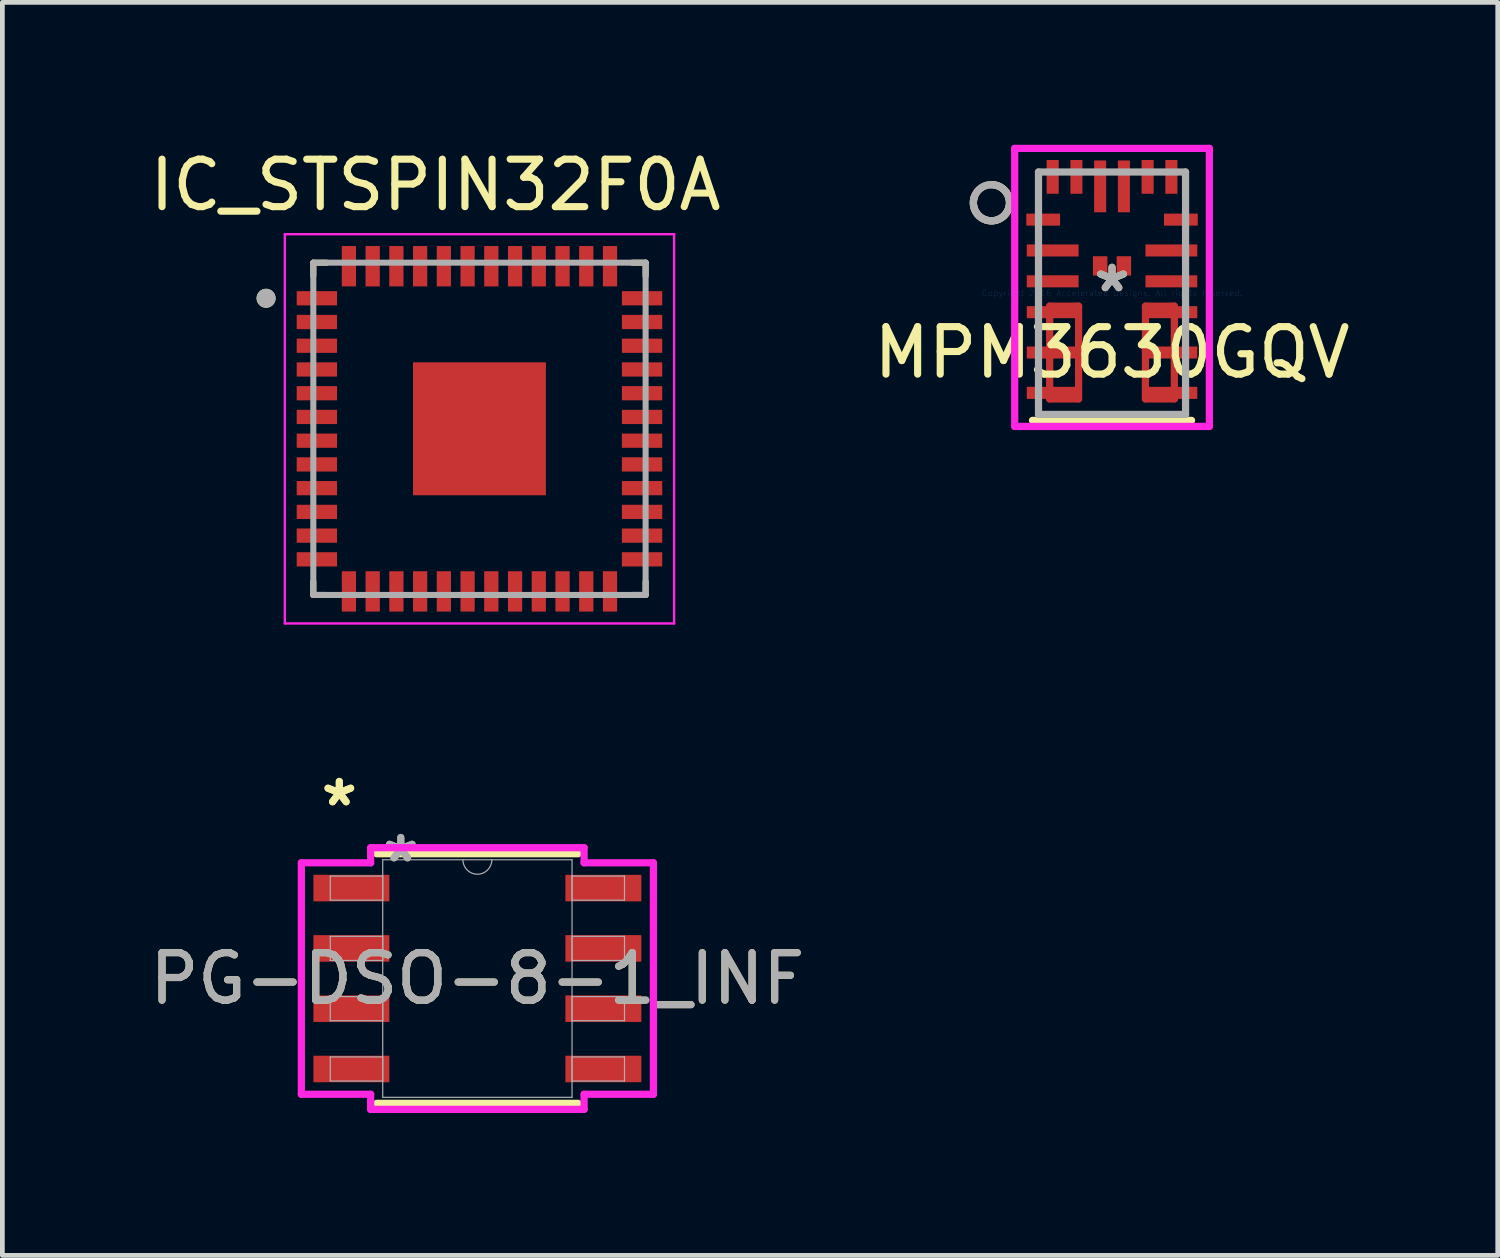
<source format=kicad_pcb>
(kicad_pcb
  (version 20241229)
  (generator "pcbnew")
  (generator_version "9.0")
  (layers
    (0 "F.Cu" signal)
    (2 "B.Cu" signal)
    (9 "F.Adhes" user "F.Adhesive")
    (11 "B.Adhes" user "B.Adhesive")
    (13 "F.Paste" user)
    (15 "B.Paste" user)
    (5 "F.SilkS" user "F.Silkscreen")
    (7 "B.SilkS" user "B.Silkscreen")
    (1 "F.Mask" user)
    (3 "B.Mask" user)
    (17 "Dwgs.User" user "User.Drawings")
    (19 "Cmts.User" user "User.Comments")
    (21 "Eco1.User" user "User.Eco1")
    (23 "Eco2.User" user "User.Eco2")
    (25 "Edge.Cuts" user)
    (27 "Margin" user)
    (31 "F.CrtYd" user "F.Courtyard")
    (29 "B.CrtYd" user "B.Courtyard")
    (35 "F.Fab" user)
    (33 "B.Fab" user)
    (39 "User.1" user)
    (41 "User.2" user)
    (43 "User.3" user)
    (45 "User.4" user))
  (footprint "MPM3630GQV"
    (layer "F.Cu")
    (at 20.375 3.126)
    (property "Reference" "MPM3630GQV" (at 0 1.25 0) (layer "F.SilkS") (effects (font (size 1 1) (thickness 0.15))))
    (attr through_hole)
    (fp_line (start -1.314 0.273) (end -0.704 0.273) (stroke (width 0.152) (type solid)) (layer "F.Cu"))
    (fp_line (start -1.314 2.227) (end -1.314 0.273) (stroke (width 0.152) (type solid)) (layer "F.Cu"))
    (fp_line (start -0.704 0.273) (end -0.704 2.227) (stroke (width 0.152) (type solid)) (layer "F.Cu"))
    (fp_line (start -0.704 2.227) (end -1.314 2.227) (stroke (width 0.152) (type solid)) (layer "F.Cu"))
    (fp_line (start 0.703 2.227) (end 1.313 2.227) (stroke (width 0.152) (type solid)) (layer "F.Cu"))
    (fp_line (start 0.704 0.273) (end 0.703 2.227) (stroke (width 0.152) (type solid)) (layer "F.Cu"))
    (fp_line (start 1.313 0.273) (end 0.704 0.273) (stroke (width 0.152) (type solid)) (layer "F.Cu"))
    (fp_line (start 1.313 2.227) (end 1.313 0.273) (stroke (width 0.152) (type solid)) (layer "F.Cu"))
    (fp_line (start -1.314 0.273) (end -0.704 0.273) (stroke (width 0.152) (type solid)) (layer "F.Mask"))
    (fp_line (start -1.314 2.227) (end -1.314 0.273) (stroke (width 0.152) (type solid)) (layer "F.Mask"))
    (fp_line (start -0.704 0.273) (end -0.704 2.227) (stroke (width 0.152) (type solid)) (layer "F.Mask"))
    (fp_line (start -0.704 2.227) (end -1.314 2.227) (stroke (width 0.152) (type solid)) (layer "F.Mask"))
    (fp_line (start 0.703 2.227) (end 1.313 2.227) (stroke (width 0.152) (type solid)) (layer "F.Mask"))
    (fp_line (start 0.704 0.273) (end 0.703 2.227) (stroke (width 0.152) (type solid)) (layer "F.Mask"))
    (fp_line (start 1.313 0.273) (end 0.704 0.273) (stroke (width 0.152) (type solid)) (layer "F.Mask"))
    (fp_line (start 1.313 2.227) (end 1.313 0.273) (stroke (width 0.152) (type solid)) (layer "F.Mask"))
    (fp_line (start -1.676 2.68) (end 1.676 2.68) (stroke (width 0.152) (type solid)) (layer "F.SilkS"))
    (fp_arc (start -2.54 -2.286) (mid -2.314793 -1.597684) (end -2.903305 -2.019763) (stroke (width 0.1524) (type solid)) (layer "F.SilkS"))
    (fp_circle (center -2.54 -1.905) (end -2.159 -1.905) (stroke (width 0.152) (type solid)) (fill no) (layer "B.SilkS"))
    (fp_line (start -1.314 0.273) (end -0.704 0.273) (stroke (width 0.152) (type solid)) (layer "F.Paste"))
    (fp_line (start -1.314 2.227) (end -1.314 0.273) (stroke (width 0.152) (type solid)) (layer "F.Paste"))
    (fp_line (start -0.704 0.273) (end -0.704 2.227) (stroke (width 0.152) (type solid)) (layer "F.Paste"))
    (fp_line (start -0.704 2.227) (end -1.314 2.227) (stroke (width 0.152) (type solid)) (layer "F.Paste"))
    (fp_line (start 0.703 2.227) (end 1.313 2.227) (stroke (width 0.152) (type solid)) (layer "F.Paste"))
    (fp_line (start 0.704 0.273) (end 0.703 2.227) (stroke (width 0.152) (type solid)) (layer "F.Paste"))
    (fp_line (start 1.313 0.273) (end 0.704 0.273) (stroke (width 0.152) (type solid)) (layer "F.Paste"))
    (fp_line (start 1.313 2.227) (end 1.313 0.273) (stroke (width 0.152) (type solid)) (layer "F.Paste"))
    (fp_line (start -2.05 -3.05) (end -2.05 2.807) (stroke (width 0.152) (type solid)) (layer "F.CrtYd"))
    (fp_line (start -2.05 2.807) (end 2.05 2.807) (stroke (width 0.152) (type solid)) (layer "F.CrtYd"))
    (fp_line (start 2.05 -3.05) (end -2.05 -3.05) (stroke (width 0.152) (type solid)) (layer "F.CrtYd"))
    (fp_line (start 2.05 2.807) (end 2.05 -3.05) (stroke (width 0.152) (type solid)) (layer "F.CrtYd"))
    (fp_line (start -1.549 -2.553) (end -1.549 2.553) (stroke (width 0.152) (type solid)) (layer "F.Fab"))
    (fp_line (start -1.549 2.553) (end 1.549 2.553) (stroke (width 0.152) (type solid)) (layer "F.Fab"))
    (fp_line (start 1.549 -2.553) (end -1.549 -2.553) (stroke (width 0.152) (type solid)) (layer "F.Fab"))
    (fp_line (start 1.549 2.553) (end 1.549 -2.553) (stroke (width 0.152) (type solid)) (layer "F.Fab"))
    (fp_circle (center -2.54 -1.905) (end -2.159 -1.905) (stroke (width 0.152) (type solid)) (fill no) (layer "F.Fab"))
    (fp_text user "*" (at 0 0 0) (layer "F.SilkS") (effects (font (size 1 1) (thickness 0.15))))
    (fp_text user "Copyright 2016 Accelerated Designs. All rights reserved." (at 0 0 0) (layer "Cmts.User") (effects (font (size 0.127 0.127) (thickness 0.002))))
    (fp_text user "*" (at 0 0 0) (layer "F.Fab") (effects (font (size 1 1) (thickness 0.15))))
    (pad "1" smd rect (at -1.45 -1.55 90) (size 0.254 0.711) (layers "F.Cu" "F.Mask" "F.Paste"))
    (pad "2" smd rect (at -1.25 -0.9) (size 1.092 0.254) (layers "F.Cu" "F.Mask" "F.Paste"))
    (pad "3" smd rect (at -1.25 -0.25) (size 1.092 0.254) (layers "F.Cu" "F.Mask" "F.Paste"))
    (pad "4" smd rect (at -1.25 0.4) (size 1.092 0.254) (layers "F.Cu" "F.Mask" "F.Paste"))
    (pad "5" smd rect (at -1.25 1.25) (size 1.092 0.254) (layers "F.Cu" "F.Mask" "F.Paste"))
    (pad "6" smd rect (at -1.25 2.1) (size 1.092 0.254) (layers "F.Cu" "F.Mask" "F.Paste"))
    (pad "7" smd rect (at 1.25 2.1) (size 1.092 0.254) (layers "F.Cu" "F.Mask" "F.Paste"))
    (pad "8" smd rect (at 1.25 1.25) (size 1.092 0.254) (layers "F.Cu" "F.Mask" "F.Paste"))
    (pad "9" smd rect (at 1.25 0.4) (size 1.092 0.254) (layers "F.Cu" "F.Mask" "F.Paste"))
    (pad "10" smd rect (at 1.25 -0.25) (size 1.092 0.254) (layers "F.Cu" "F.Mask" "F.Paste"))
    (pad "11" smd rect (at 1.25 -0.9) (size 1.092 0.254) (layers "F.Cu" "F.Mask" "F.Paste"))
    (pad "12" smd rect (at 1.45 -1.55 90) (size 0.254 0.711) (layers "F.Cu" "F.Mask" "F.Paste"))
    (pad "13" smd rect (at 1.25 -2.45 90) (size 0.711 0.254) (layers "F.Cu" "F.Mask" "F.Paste"))
    (pad "14" smd rect (at 0.75 -2.45 90) (size 0.711 0.254) (layers "F.Cu" "F.Mask" "F.Paste"))
    (pad "15" smd rect (at 0.25 -2.25) (size 0.254 1.092) (layers "F.Cu" "F.Mask" "F.Paste"))
    (pad "16" smd rect (at -0.25 -2.25) (size 0.254 1.092) (layers "F.Cu" "F.Mask" "F.Paste"))
    (pad "17" smd rect (at -0.75 -2.45 90) (size 0.711 0.254) (layers "F.Cu" "F.Mask" "F.Paste"))
    (pad "18" smd rect (at -1.25 -2.45 90) (size 0.711 0.254) (layers "F.Cu" "F.Mask" "F.Paste"))
    (pad "19" smd rect (at -0.25 -0.575 90) (size 0.406 0.305) (layers "F.Cu" "F.Mask" "F.Paste"))
    (pad "20" smd rect (at 0.25 -0.575 90) (size 0.406 0.305) (layers "F.Cu" "F.Mask" "F.Paste")))
  (footprint "IC_STSPIN32F0A"
    (layer "F.Cu")
    (at 7.05 5.983)
    (property "Reference" "IC_STSPIN32F0A" (at -0.925 -5.135 0) (layer "F.SilkS") (effects (font (size 1 1) (thickness 0.15))))
    (attr smd)
    (fp_line (start -3.5 -3.5) (end -3.5 -3.22) (stroke (width 0.127) (type solid)) (layer "F.SilkS"))
    (fp_line (start -3.5 -3.5) (end -3.22 -3.5) (stroke (width 0.127) (type solid)) (layer "F.SilkS"))
    (fp_line (start -3.5 3.5) (end -3.5 3.22) (stroke (width 0.127) (type solid)) (layer "F.SilkS"))
    (fp_line (start -3.5 3.5) (end -3.22 3.5) (stroke (width 0.127) (type solid)) (layer "F.SilkS"))
    (fp_line (start 3.5 -3.5) (end 3.22 -3.5) (stroke (width 0.127) (type solid)) (layer "F.SilkS"))
    (fp_line (start 3.5 -3.5) (end 3.5 -3.22) (stroke (width 0.127) (type solid)) (layer "F.SilkS"))
    (fp_line (start 3.5 3.5) (end 3.22 3.5) (stroke (width 0.127) (type solid)) (layer "F.SilkS"))
    (fp_line (start 3.5 3.5) (end 3.5 3.22) (stroke (width 0.127) (type solid)) (layer "F.SilkS"))
    (fp_circle (center -4.495 -2.75) (end -4.395 -2.75) (stroke (width 0.2) (type solid)) (fill no) (layer "F.SilkS"))
    (fp_poly (pts (xy -0.885 -0.885) (xy 0.885 -0.885) (xy 0.885 0.885) (xy -0.885 0.885)) (stroke (width 0.01) (type solid)) (fill yes) (layer "F.Paste"))
    (fp_line (start -4.1 -4.1) (end 4.1 -4.1) (stroke (width 0.05) (type solid)) (layer "F.CrtYd"))
    (fp_line (start -4.1 4.1) (end -4.1 -4.1) (stroke (width 0.05) (type solid)) (layer "F.CrtYd"))
    (fp_line (start -4.1 4.1) (end 4.1 4.1) (stroke (width 0.05) (type solid)) (layer "F.CrtYd"))
    (fp_line (start 4.1 4.1) (end 4.1 -4.1) (stroke (width 0.05) (type solid)) (layer "F.CrtYd"))
    (fp_line (start -3.5 3.5) (end -3.5 -3.5) (stroke (width 0.127) (type solid)) (layer "F.Fab"))
    (fp_line (start 3.5 -3.5) (end -3.5 -3.5) (stroke (width 0.127) (type solid)) (layer "F.Fab"))
    (fp_line (start 3.5 3.5) (end -3.5 3.5) (stroke (width 0.127) (type solid)) (layer "F.Fab"))
    (fp_line (start 3.5 3.5) (end 3.5 -3.5) (stroke (width 0.127) (type solid)) (layer "F.Fab"))
    (fp_circle (center -4.495 -2.75) (end -4.395 -2.75) (stroke (width 0.2) (type solid)) (fill no) (layer "F.Fab"))
    (pad "1" smd rect (at -3.425 -2.75) (size 0.85 0.3) (layers "F.Cu" "F.Mask" "F.Paste"))
    (pad "2" smd rect (at -3.425 -2.25) (size 0.85 0.3) (layers "F.Cu" "F.Mask" "F.Paste"))
    (pad "3" smd rect (at -3.425 -1.75) (size 0.85 0.3) (layers "F.Cu" "F.Mask" "F.Paste"))
    (pad "4" smd rect (at -3.425 -1.25) (size 0.85 0.3) (layers "F.Cu" "F.Mask" "F.Paste"))
    (pad "5" smd rect (at -3.425 -0.75) (size 0.85 0.3) (layers "F.Cu" "F.Mask" "F.Paste"))
    (pad "6" smd rect (at -3.425 -0.25) (size 0.85 0.3) (layers "F.Cu" "F.Mask" "F.Paste"))
    (pad "7" smd rect (at -3.425 0.25) (size 0.85 0.3) (layers "F.Cu" "F.Mask" "F.Paste"))
    (pad "8" smd rect (at -3.425 0.75) (size 0.85 0.3) (layers "F.Cu" "F.Mask" "F.Paste"))
    (pad "9" smd rect (at -3.425 1.25) (size 0.85 0.3) (layers "F.Cu" "F.Mask" "F.Paste"))
    (pad "10" smd rect (at -3.425 1.75) (size 0.85 0.3) (layers "F.Cu" "F.Mask" "F.Paste"))
    (pad "11" smd rect (at -3.425 2.25) (size 0.85 0.3) (layers "F.Cu" "F.Mask" "F.Paste"))
    (pad "12" smd rect (at -3.425 2.75) (size 0.85 0.3) (layers "F.Cu" "F.Mask" "F.Paste"))
    (pad "13" smd rect (at -2.75 3.425) (size 0.3 0.85) (layers "F.Cu" "F.Mask" "F.Paste"))
    (pad "14" smd rect (at -2.25 3.425) (size 0.3 0.85) (layers "F.Cu" "F.Mask" "F.Paste"))
    (pad "15" smd rect (at -1.75 3.425) (size 0.3 0.85) (layers "F.Cu" "F.Mask" "F.Paste"))
    (pad "16" smd rect (at -1.25 3.425) (size 0.3 0.85) (layers "F.Cu" "F.Mask" "F.Paste"))
    (pad "17" smd rect (at -0.75 3.425) (size 0.3 0.85) (layers "F.Cu" "F.Mask" "F.Paste"))
    (pad "18" smd rect (at -0.25 3.425) (size 0.3 0.85) (layers "F.Cu" "F.Mask" "F.Paste"))
    (pad "19" smd rect (at 0.25 3.425) (size 0.3 0.85) (layers "F.Cu" "F.Mask" "F.Paste"))
    (pad "20" smd rect (at 0.75 3.425) (size 0.3 0.85) (layers "F.Cu" "F.Mask" "F.Paste"))
    (pad "21" smd rect (at 1.25 3.425) (size 0.3 0.85) (layers "F.Cu" "F.Mask" "F.Paste"))
    (pad "22" smd rect (at 1.75 3.425) (size 0.3 0.85) (layers "F.Cu" "F.Mask" "F.Paste"))
    (pad "23" smd rect (at 2.25 3.425) (size 0.3 0.85) (layers "F.Cu" "F.Mask" "F.Paste"))
    (pad "24" smd rect (at 2.75 3.425) (size 0.3 0.85) (layers "F.Cu" "F.Mask" "F.Paste"))
    (pad "25" smd rect (at 3.425 2.75) (size 0.85 0.3) (layers "F.Cu" "F.Mask" "F.Paste"))
    (pad "26" smd rect (at 3.425 2.25) (size 0.85 0.3) (layers "F.Cu" "F.Mask" "F.Paste"))
    (pad "27" smd rect (at 3.425 1.75) (size 0.85 0.3) (layers "F.Cu" "F.Mask" "F.Paste"))
    (pad "28" smd rect (at 3.425 1.25) (size 0.85 0.3) (layers "F.Cu" "F.Mask" "F.Paste"))
    (pad "29" smd rect (at 3.425 0.75) (size 0.85 0.3) (layers "F.Cu" "F.Mask" "F.Paste"))
    (pad "30" smd rect (at 3.425 0.25) (size 0.85 0.3) (layers "F.Cu" "F.Mask" "F.Paste"))
    (pad "31" smd rect (at 3.425 -0.25) (size 0.85 0.3) (layers "F.Cu" "F.Mask" "F.Paste"))
    (pad "32" smd rect (at 3.425 -0.75) (size 0.85 0.3) (layers "F.Cu" "F.Mask" "F.Paste"))
    (pad "33" smd rect (at 3.425 -1.25) (size 0.85 0.3) (layers "F.Cu" "F.Mask" "F.Paste"))
    (pad "34" smd rect (at 3.425 -1.75) (size 0.85 0.3) (layers "F.Cu" "F.Mask" "F.Paste"))
    (pad "35" smd rect (at 3.425 -2.25) (size 0.85 0.3) (layers "F.Cu" "F.Mask" "F.Paste"))
    (pad "36" smd rect (at 3.425 -2.75) (size 0.85 0.3) (layers "F.Cu" "F.Mask" "F.Paste"))
    (pad "37" smd rect (at 2.75 -3.425) (size 0.3 0.85) (layers "F.Cu" "F.Mask" "F.Paste"))
    (pad "38" smd rect (at 2.25 -3.425) (size 0.3 0.85) (layers "F.Cu" "F.Mask" "F.Paste"))
    (pad "39" smd rect (at 1.75 -3.425) (size 0.3 0.85) (layers "F.Cu" "F.Mask" "F.Paste"))
    (pad "40" smd rect (at 1.25 -3.425) (size 0.3 0.85) (layers "F.Cu" "F.Mask" "F.Paste"))
    (pad "41" smd rect (at 0.75 -3.425) (size 0.3 0.85) (layers "F.Cu" "F.Mask" "F.Paste"))
    (pad "42" smd rect (at 0.25 -3.425) (size 0.3 0.85) (layers "F.Cu" "F.Mask" "F.Paste"))
    (pad "43" smd rect (at -0.25 -3.425) (size 0.3 0.85) (layers "F.Cu" "F.Mask" "F.Paste"))
    (pad "44" smd rect (at -0.75 -3.425) (size 0.3 0.85) (layers "F.Cu" "F.Mask" "F.Paste"))
    (pad "45" smd rect (at -1.25 -3.425) (size 0.3 0.85) (layers "F.Cu" "F.Mask" "F.Paste"))
    (pad "46" smd rect (at -1.75 -3.425) (size 0.3 0.85) (layers "F.Cu" "F.Mask" "F.Paste"))
    (pad "47" smd rect (at -2.25 -3.425) (size 0.3 0.85) (layers "F.Cu" "F.Mask" "F.Paste"))
    (pad "48" smd rect (at -2.75 -3.425) (size 0.3 0.85) (layers "F.Cu" "F.Mask" "F.Paste"))
    (pad "49" smd rect (at 0 0) (size 2.8 2.8) (layers "F.Cu" "F.Mask")))
  (footprint "PG-DSO-8-1_INF"
    (layer "F.Cu")
    (at 7.006 17.563)
    (property "Reference" "PG-DSO-8-1_INF" (at 0 0 0) (unlocked yes) (layer "F.SilkS") (effects (font (size 1 1) (thickness 0.15))))
    (attr smd)
    (fp_line (start -2.121 2.629) (end 2.121 2.629) (stroke (width 0.152) (type solid)) (layer "F.SilkS"))
    (fp_line (start 2.121 -2.629) (end -2.121 -2.629) (stroke (width 0.152) (type solid)) (layer "F.SilkS"))
    (fp_line (start -3.708 -2.438) (end -2.248 -2.438) (stroke (width 0.152) (type solid)) (layer "F.CrtYd"))
    (fp_line (start -3.708 2.438) (end -3.708 -2.438) (stroke (width 0.152) (type solid)) (layer "F.CrtYd"))
    (fp_line (start -3.708 2.438) (end -2.248 2.438) (stroke (width 0.152) (type solid)) (layer "F.CrtYd"))
    (fp_line (start -2.248 -2.756) (end 2.248 -2.756) (stroke (width 0.152) (type solid)) (layer "F.CrtYd"))
    (fp_line (start -2.248 -2.438) (end -2.248 -2.756) (stroke (width 0.152) (type solid)) (layer "F.CrtYd"))
    (fp_line (start -2.248 2.756) (end -2.248 2.438) (stroke (width 0.152) (type solid)) (layer "F.CrtYd"))
    (fp_line (start 2.248 -2.756) (end 2.248 -2.438) (stroke (width 0.152) (type solid)) (layer "F.CrtYd"))
    (fp_line (start 2.248 2.438) (end 2.248 2.756) (stroke (width 0.152) (type solid)) (layer "F.CrtYd"))
    (fp_line (start 2.248 2.756) (end -2.248 2.756) (stroke (width 0.152) (type solid)) (layer "F.CrtYd"))
    (fp_line (start 3.708 -2.438) (end 2.248 -2.438) (stroke (width 0.152) (type solid)) (layer "F.CrtYd"))
    (fp_line (start 3.708 -2.438) (end 3.708 2.438) (stroke (width 0.152) (type solid)) (layer "F.CrtYd"))
    (fp_line (start 3.708 2.438) (end 2.248 2.438) (stroke (width 0.152) (type solid)) (layer "F.CrtYd"))
    (fp_line (start -3.099 -2.159) (end -3.099 -1.651) (stroke (width 0.025) (type solid)) (layer "F.Fab"))
    (fp_line (start -3.099 -1.651) (end -1.994 -1.651) (stroke (width 0.025) (type solid)) (layer "F.Fab"))
    (fp_line (start -3.099 -0.889) (end -3.099 -0.381) (stroke (width 0.025) (type solid)) (layer "F.Fab"))
    (fp_line (start -3.099 -0.381) (end -1.994 -0.381) (stroke (width 0.025) (type solid)) (layer "F.Fab"))
    (fp_line (start -3.099 0.381) (end -3.099 0.889) (stroke (width 0.025) (type solid)) (layer "F.Fab"))
    (fp_line (start -3.099 0.889) (end -1.994 0.889) (stroke (width 0.025) (type solid)) (layer "F.Fab"))
    (fp_line (start -3.099 1.651) (end -3.099 2.159) (stroke (width 0.025) (type solid)) (layer "F.Fab"))
    (fp_line (start -3.099 2.159) (end -1.994 2.159) (stroke (width 0.025) (type solid)) (layer "F.Fab"))
    (fp_line (start -1.994 -2.502) (end -1.994 2.502) (stroke (width 0.025) (type solid)) (layer "F.Fab"))
    (fp_line (start -1.994 -2.159) (end -3.099 -2.159) (stroke (width 0.025) (type solid)) (layer "F.Fab"))
    (fp_line (start -1.994 -1.651) (end -1.994 -2.159) (stroke (width 0.025) (type solid)) (layer "F.Fab"))
    (fp_line (start -1.994 -0.889) (end -3.099 -0.889) (stroke (width 0.025) (type solid)) (layer "F.Fab"))
    (fp_line (start -1.994 -0.381) (end -1.994 -0.889) (stroke (width 0.025) (type solid)) (layer "F.Fab"))
    (fp_line (start -1.994 0.381) (end -3.099 0.381) (stroke (width 0.025) (type solid)) (layer "F.Fab"))
    (fp_line (start -1.994 0.889) (end -1.994 0.381) (stroke (width 0.025) (type solid)) (layer "F.Fab"))
    (fp_line (start -1.994 1.651) (end -3.099 1.651) (stroke (width 0.025) (type solid)) (layer "F.Fab"))
    (fp_line (start -1.994 2.159) (end -1.994 1.651) (stroke (width 0.025) (type solid)) (layer "F.Fab"))
    (fp_line (start -1.994 2.502) (end 1.994 2.502) (stroke (width 0.025) (type solid)) (layer "F.Fab"))
    (fp_line (start 1.994 -2.502) (end -1.994 -2.502) (stroke (width 0.025) (type solid)) (layer "F.Fab"))
    (fp_line (start 1.994 -2.159) (end 1.994 -1.651) (stroke (width 0.025) (type solid)) (layer "F.Fab"))
    (fp_line (start 1.994 -1.651) (end 3.099 -1.651) (stroke (width 0.025) (type solid)) (layer "F.Fab"))
    (fp_line (start 1.994 -0.889) (end 1.994 -0.381) (stroke (width 0.025) (type solid)) (layer "F.Fab"))
    (fp_line (start 1.994 -0.381) (end 3.099 -0.381) (stroke (width 0.025) (type solid)) (layer "F.Fab"))
    (fp_line (start 1.994 0.381) (end 1.994 0.889) (stroke (width 0.025) (type solid)) (layer "F.Fab"))
    (fp_line (start 1.994 0.889) (end 3.099 0.889) (stroke (width 0.025) (type solid)) (layer "F.Fab"))
    (fp_line (start 1.994 1.651) (end 1.994 2.159) (stroke (width 0.025) (type solid)) (layer "F.Fab"))
    (fp_line (start 1.994 2.159) (end 3.099 2.159) (stroke (width 0.025) (type solid)) (layer "F.Fab"))
    (fp_line (start 1.994 2.502) (end 1.994 -2.502) (stroke (width 0.025) (type solid)) (layer "F.Fab"))
    (fp_line (start 3.099 -2.159) (end 1.994 -2.159) (stroke (width 0.025) (type solid)) (layer "F.Fab"))
    (fp_line (start 3.099 -1.651) (end 3.099 -2.159) (stroke (width 0.025) (type solid)) (layer "F.Fab"))
    (fp_line (start 3.099 -0.889) (end 1.994 -0.889) (stroke (width 0.025) (type solid)) (layer "F.Fab"))
    (fp_line (start 3.099 -0.381) (end 3.099 -0.889) (stroke (width 0.025) (type solid)) (layer "F.Fab"))
    (fp_line (start 3.099 0.381) (end 1.994 0.381) (stroke (width 0.025) (type solid)) (layer "F.Fab"))
    (fp_line (start 3.099 0.889) (end 3.099 0.381) (stroke (width 0.025) (type solid)) (layer "F.Fab"))
    (fp_line (start 3.099 1.651) (end 1.994 1.651) (stroke (width 0.025) (type solid)) (layer "F.Fab"))
    (fp_line (start 3.099 2.159) (end 3.099 1.651) (stroke (width 0.025) (type solid)) (layer "F.Fab"))
    (fp_arc (start 0.3048 -2.5019) (mid 0 -2.1971) (end -0.3048 -2.5019) (stroke (width 0.0254) (type solid)) (layer "F.Fab"))
    (fp_text user "*" (at -2.908 -3.607 0) (unlocked yes) (layer "F.SilkS") (effects (font (size 1 1) (thickness 0.15))))
    (fp_text user "*" (at -2.908 -3.607 0) (layer "F.SilkS") (effects (font (size 1 1) (thickness 0.15))))
    (fp_text user "*" (at -1.613 -2.426 0) (layer "F.Fab") (effects (font (size 1 1) (thickness 0.15))))
    (fp_text user "${REFERENCE}" (at 0 0 0) (unlocked yes) (layer "F.Fab") (effects (font (size 1 1) (thickness 0.15))))
    (fp_text user "*" (at -1.613 -2.426 0) (unlocked yes) (layer "F.Fab") (effects (font (size 1 1) (thickness 0.15))))
    (pad "1" smd rect (at -2.654 -1.905) (size 1.6 0.559) (layers "F.Cu" "F.Mask" "F.Paste"))
    (pad "2" smd rect (at -2.654 -0.635) (size 1.6 0.559) (layers "F.Cu" "F.Mask" "F.Paste"))
    (pad "3" smd rect (at -2.654 0.635) (size 1.6 0.559) (layers "F.Cu" "F.Mask" "F.Paste"))
    (pad "4" smd rect (at -2.654 1.905) (size 1.6 0.559) (layers "F.Cu" "F.Mask" "F.Paste"))
    (pad "5" smd rect (at 2.654 1.905) (size 1.6 0.559) (layers "F.Cu" "F.Mask" "F.Paste"))
    (pad "6" smd rect (at 2.654 0.635) (size 1.6 0.559) (layers "F.Cu" "F.Mask" "F.Paste"))
    (pad "7" smd rect (at 2.654 -0.635) (size 1.6 0.559) (layers "F.Cu" "F.Mask" "F.Paste"))
    (pad "8" smd rect (at 2.654 -1.905) (size 1.6 0.559) (layers "F.Cu" "F.Mask" "F.Paste")))
  (gr_rect
    (start -3 -3)
    (end 28.5 23.395)
    (stroke (width 0.1) (type default))
    (fill no)
    (layer "Edge.Cuts")))
</source>
